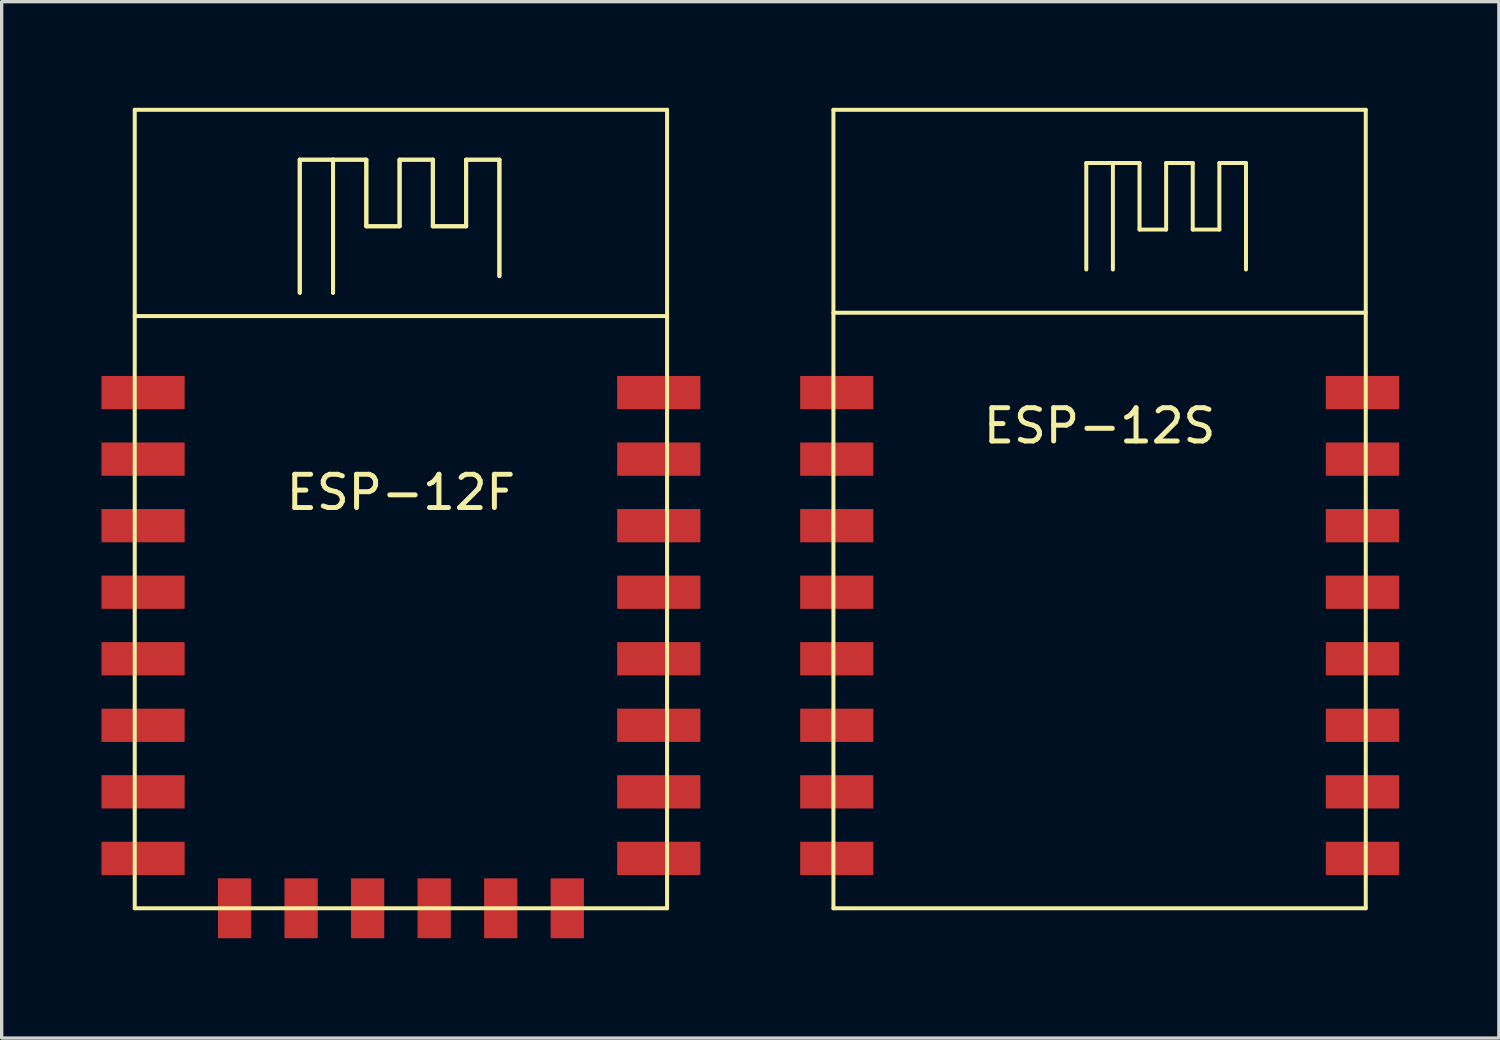
<source format=kicad_pcb>
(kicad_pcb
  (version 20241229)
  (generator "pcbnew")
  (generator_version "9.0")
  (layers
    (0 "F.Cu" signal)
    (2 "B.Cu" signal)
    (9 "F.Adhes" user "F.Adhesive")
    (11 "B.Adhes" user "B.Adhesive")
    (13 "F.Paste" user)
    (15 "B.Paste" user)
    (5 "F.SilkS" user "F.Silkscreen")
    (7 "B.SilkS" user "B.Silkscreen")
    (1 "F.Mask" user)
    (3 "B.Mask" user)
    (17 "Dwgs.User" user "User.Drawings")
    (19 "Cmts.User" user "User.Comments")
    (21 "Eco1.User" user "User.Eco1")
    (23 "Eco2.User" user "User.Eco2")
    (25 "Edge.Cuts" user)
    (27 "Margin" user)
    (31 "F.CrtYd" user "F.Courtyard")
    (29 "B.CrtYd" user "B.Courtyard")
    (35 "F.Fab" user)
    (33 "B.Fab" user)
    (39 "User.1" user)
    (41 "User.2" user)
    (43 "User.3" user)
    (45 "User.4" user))
  (footprint "ESP-12S"
    (layer "F.Cu")
    (at 22 0.25)
    (property "Reference" "ESP-12S" (at 8 9.5 0) (layer "F.SilkS") (effects (font (size 1 1) (thickness 0.15))))
    (attr through_hole)
    (fp_line (start 0 0) (end 0 24) (stroke (width 0.12) (type solid)) (layer "F.SilkS"))
    (fp_line (start 0 6.1) (end 16 6.1) (stroke (width 0.12) (type solid)) (layer "F.SilkS"))
    (fp_line (start 0 24) (end 16 24) (stroke (width 0.12) (type solid)) (layer "F.SilkS"))
    (fp_line (start 7.6 1.6) (end 8.4 1.6) (stroke (width 0.12) (type solid)) (layer "F.SilkS"))
    (fp_line (start 7.6 4.8) (end 7.6 1.6) (stroke (width 0.12) (type solid)) (layer "F.SilkS"))
    (fp_line (start 8.4 1.6) (end 8.4 4.8) (stroke (width 0.12) (type solid)) (layer "F.SilkS"))
    (fp_line (start 8.4 1.6) (end 9 1.6) (stroke (width 0.12) (type solid)) (layer "F.SilkS"))
    (fp_line (start 9 1.6) (end 9.2 1.6) (stroke (width 0.12) (type solid)) (layer "F.SilkS"))
    (fp_line (start 9.2 1.6) (end 9.2 3.6) (stroke (width 0.12) (type solid)) (layer "F.SilkS"))
    (fp_line (start 9.2 3.6) (end 10 3.6) (stroke (width 0.12) (type solid)) (layer "F.SilkS"))
    (fp_line (start 10 1.6) (end 10.8 1.6) (stroke (width 0.12) (type solid)) (layer "F.SilkS"))
    (fp_line (start 10 3.6) (end 10 1.6) (stroke (width 0.12) (type solid)) (layer "F.SilkS"))
    (fp_line (start 10.8 1.6) (end 10.8 3.6) (stroke (width 0.12) (type solid)) (layer "F.SilkS"))
    (fp_line (start 10.8 3.6) (end 11.6 3.6) (stroke (width 0.12) (type solid)) (layer "F.SilkS"))
    (fp_line (start 11.6 1.6) (end 12.2 1.6) (stroke (width 0.12) (type solid)) (layer "F.SilkS"))
    (fp_line (start 11.6 3.6) (end 11.6 1.6) (stroke (width 0.12) (type solid)) (layer "F.SilkS"))
    (fp_line (start 12.2 1.6) (end 12.4 1.6) (stroke (width 0.12) (type solid)) (layer "F.SilkS"))
    (fp_line (start 12.4 1.6) (end 12.4 4.6) (stroke (width 0.12) (type solid)) (layer "F.SilkS"))
    (fp_line (start 12.4 4.6) (end 12.4 4.8) (stroke (width 0.12) (type solid)) (layer "F.SilkS"))
    (fp_line (start 16 0) (end 0 0) (stroke (width 0.12) (type solid)) (layer "F.SilkS"))
    (fp_line (start 16 24) (end 16 0) (stroke (width 0.12) (type solid)) (layer "F.SilkS"))
    (pad "1" smd rect (at 0.1 8.5) (size 2.2 1) (layers "F.Cu" "F.Mask" "F.Paste"))
    (pad "2" smd rect (at 0.1 10.5) (size 2.2 1) (layers "F.Cu" "F.Mask" "F.Paste"))
    (pad "3" smd rect (at 0.1 12.5) (size 2.2 1) (layers "F.Cu" "F.Mask" "F.Paste"))
    (pad "4" smd rect (at 0.1 14.5) (size 2.2 1) (layers "F.Cu" "F.Mask" "F.Paste"))
    (pad "5" smd rect (at 0.1 16.5) (size 2.2 1) (layers "F.Cu" "F.Mask" "F.Paste"))
    (pad "6" smd rect (at 0.1 18.5) (size 2.2 1) (layers "F.Cu" "F.Mask" "F.Paste"))
    (pad "7" smd rect (at 0.1 20.5) (size 2.2 1) (layers "F.Cu" "F.Mask" "F.Paste"))
    (pad "8" smd rect (at 0.1 22.5) (size 2.2 1) (layers "F.Cu" "F.Mask" "F.Paste"))
    (pad "9" smd rect (at 15.9 22.5) (size 2.2 1) (layers "F.Cu" "F.Mask" "F.Paste"))
    (pad "10" smd rect (at 15.9 20.5) (size 2.2 1) (layers "F.Cu" "F.Mask" "F.Paste"))
    (pad "11" smd rect (at 15.9 18.5) (size 2.2 1) (layers "F.Cu" "F.Mask" "F.Paste"))
    (pad "12" smd rect (at 15.9 16.5) (size 2.2 1) (layers "F.Cu" "F.Mask" "F.Paste"))
    (pad "13" smd rect (at 15.9 14.5) (size 2.2 1) (layers "F.Cu" "F.Mask" "F.Paste"))
    (pad "14" smd rect (at 15.9 12.5) (size 2.2 1) (layers "F.Cu" "F.Mask" "F.Paste"))
    (pad "15" smd rect (at 15.9 10.5) (size 2.2 1) (layers "F.Cu" "F.Mask" "F.Paste"))
    (pad "16" smd rect (at 15.9 8.5) (size 2.2 1) (layers "F.Cu" "F.Mask" "F.Paste")))
  (footprint "ESP-12F"
    (layer "F.Cu")
    (at 1 0.25)
    (property "Reference" "ESP-12F" (at 8 11.5 0) (layer "F.SilkS") (effects (font (size 1 1) (thickness 0.15))))
    (attr through_hole)
    (fp_line (start 0 0) (end 0 24) (stroke (width 0.12) (type solid)) (layer "F.SilkS"))
    (fp_line (start 0 6.2) (end 16 6.2) (stroke (width 0.12) (type solid)) (layer "F.SilkS"))
    (fp_line (start 0 24) (end 16 24) (stroke (width 0.12) (type solid)) (layer "F.SilkS"))
    (fp_line (start 4.96 1.5) (end 5.96 1.5) (stroke (width 0.12) (type solid)) (layer "F.SilkS"))
    (fp_line (start 4.96 1.5) (end 5.96 1.5) (stroke (width 0.12) (type solid)) (layer "F.SilkS"))
    (fp_line (start 4.96 5.5) (end 4.96 1.5) (stroke (width 0.12) (type solid)) (layer "F.SilkS"))
    (fp_line (start 4.96 5.5) (end 4.96 1.5) (stroke (width 0.12) (type solid)) (layer "F.SilkS"))
    (fp_line (start 5.96 1.5) (end 5.96 5.5) (stroke (width 0.12) (type solid)) (layer "F.SilkS"))
    (fp_line (start 5.96 1.5) (end 5.96 5.5) (stroke (width 0.12) (type solid)) (layer "F.SilkS"))
    (fp_line (start 5.96 1.5) (end 6.96 1.5) (stroke (width 0.12) (type solid)) (layer "F.SilkS"))
    (fp_line (start 5.96 1.5) (end 6.96 1.5) (stroke (width 0.12) (type solid)) (layer "F.SilkS"))
    (fp_line (start 6.96 1.5) (end 6.96 3.5) (stroke (width 0.12) (type solid)) (layer "F.SilkS"))
    (fp_line (start 6.96 1.5) (end 6.96 3.5) (stroke (width 0.12) (type solid)) (layer "F.SilkS"))
    (fp_line (start 6.96 3.5) (end 7.96 3.5) (stroke (width 0.12) (type solid)) (layer "F.SilkS"))
    (fp_line (start 6.96 3.5) (end 7.96 3.5) (stroke (width 0.12) (type solid)) (layer "F.SilkS"))
    (fp_line (start 7.96 1.5) (end 8.96 1.5) (stroke (width 0.12) (type solid)) (layer "F.SilkS"))
    (fp_line (start 7.96 1.5) (end 8.96 1.5) (stroke (width 0.12) (type solid)) (layer "F.SilkS"))
    (fp_line (start 7.96 3.5) (end 7.96 1.5) (stroke (width 0.12) (type solid)) (layer "F.SilkS"))
    (fp_line (start 7.96 3.5) (end 7.96 1.5) (stroke (width 0.12) (type solid)) (layer "F.SilkS"))
    (fp_line (start 8.96 1.5) (end 8.96 3.5) (stroke (width 0.12) (type solid)) (layer "F.SilkS"))
    (fp_line (start 8.96 1.5) (end 8.96 3.5) (stroke (width 0.12) (type solid)) (layer "F.SilkS"))
    (fp_line (start 8.96 3.5) (end 9.96 3.5) (stroke (width 0.12) (type solid)) (layer "F.SilkS"))
    (fp_line (start 8.96 3.5) (end 9.96 3.5) (stroke (width 0.12) (type solid)) (layer "F.SilkS"))
    (fp_line (start 9.96 1.5) (end 10.96 1.5) (stroke (width 0.12) (type solid)) (layer "F.SilkS"))
    (fp_line (start 9.96 1.5) (end 10.96 1.5) (stroke (width 0.12) (type solid)) (layer "F.SilkS"))
    (fp_line (start 9.96 3.5) (end 9.96 1.5) (stroke (width 0.12) (type solid)) (layer "F.SilkS"))
    (fp_line (start 9.96 3.5) (end 9.96 1.5) (stroke (width 0.12) (type solid)) (layer "F.SilkS"))
    (fp_line (start 10.96 1.5) (end 10.96 5) (stroke (width 0.12) (type solid)) (layer "F.SilkS"))
    (fp_line (start 10.96 1.5) (end 10.96 5) (stroke (width 0.12) (type solid)) (layer "F.SilkS"))
    (fp_line (start 16 0) (end 0 0) (stroke (width 0.12) (type solid)) (layer "F.SilkS"))
    (fp_line (start 16 24) (end 16 0) (stroke (width 0.12) (type solid)) (layer "F.SilkS"))
    (pad "1" smd rect (at 0.25 8.5) (size 2.5 1) (layers "F.Cu" "F.Mask" "F.Paste"))
    (pad "2" smd rect (at 0.25 10.5) (size 2.5 1) (layers "F.Cu" "F.Mask" "F.Paste"))
    (pad "3" smd rect (at 0.25 12.5) (size 2.5 1) (layers "F.Cu" "F.Mask" "F.Paste"))
    (pad "4" smd rect (at 0.25 14.5) (size 2.5 1) (layers "F.Cu" "F.Mask" "F.Paste"))
    (pad "5" smd rect (at 0.25 16.5) (size 2.5 1) (layers "F.Cu" "F.Mask" "F.Paste"))
    (pad "6" smd rect (at 0.25 18.5) (size 2.5 1) (layers "F.Cu" "F.Mask" "F.Paste"))
    (pad "7" smd rect (at 0.25 20.5) (size 2.5 1) (layers "F.Cu" "F.Mask" "F.Paste"))
    (pad "8" smd rect (at 0.25 22.5) (size 2.5 1) (layers "F.Cu" "F.Mask" "F.Paste"))
    (pad "9" smd rect (at 3 24) (size 1 1.8) (layers "F.Cu" "F.Mask" "F.Paste"))
    (pad "10" smd rect (at 5 24) (size 1 1.8) (layers "F.Cu" "F.Mask" "F.Paste"))
    (pad "11" smd rect (at 7 24) (size 1 1.8) (layers "F.Cu" "F.Mask" "F.Paste"))
    (pad "12" smd rect (at 9 24) (size 1 1.8) (layers "F.Cu" "F.Mask" "F.Paste"))
    (pad "13" smd rect (at 11 24) (size 1 1.8) (layers "F.Cu" "F.Mask" "F.Paste"))
    (pad "14" smd rect (at 13 24) (size 1 1.8) (layers "F.Cu" "F.Mask" "F.Paste"))
    (pad "15" smd rect (at 15.75 22.5) (size 2.5 1) (layers "F.Cu" "F.Mask" "F.Paste"))
    (pad "16" smd rect (at 15.75 20.5) (size 2.5 1) (layers "F.Cu" "F.Mask" "F.Paste"))
    (pad "17" smd rect (at 15.75 18.5) (size 2.5 1) (layers "F.Cu" "F.Mask" "F.Paste"))
    (pad "18" smd rect (at 15.75 16.5) (size 2.5 1) (layers "F.Cu" "F.Mask" "F.Paste"))
    (pad "19" smd rect (at 15.75 14.5) (size 2.5 1) (layers "F.Cu" "F.Mask" "F.Paste"))
    (pad "20" smd rect (at 15.75 12.5) (size 2.5 1) (layers "F.Cu" "F.Mask" "F.Paste"))
    (pad "21" smd rect (at 15.75 10.5) (size 2.5 1) (layers "F.Cu" "F.Mask" "F.Paste"))
    (pad "22" smd rect (at 15.75 8.5) (size 2.5 1) (layers "F.Cu" "F.Mask" "F.Paste")))
  (gr_rect
    (start -3 -3)
    (end 42 28.15)
    (stroke (width 0.1) (type default))
    (fill no)
    (layer "Edge.Cuts")))
</source>
